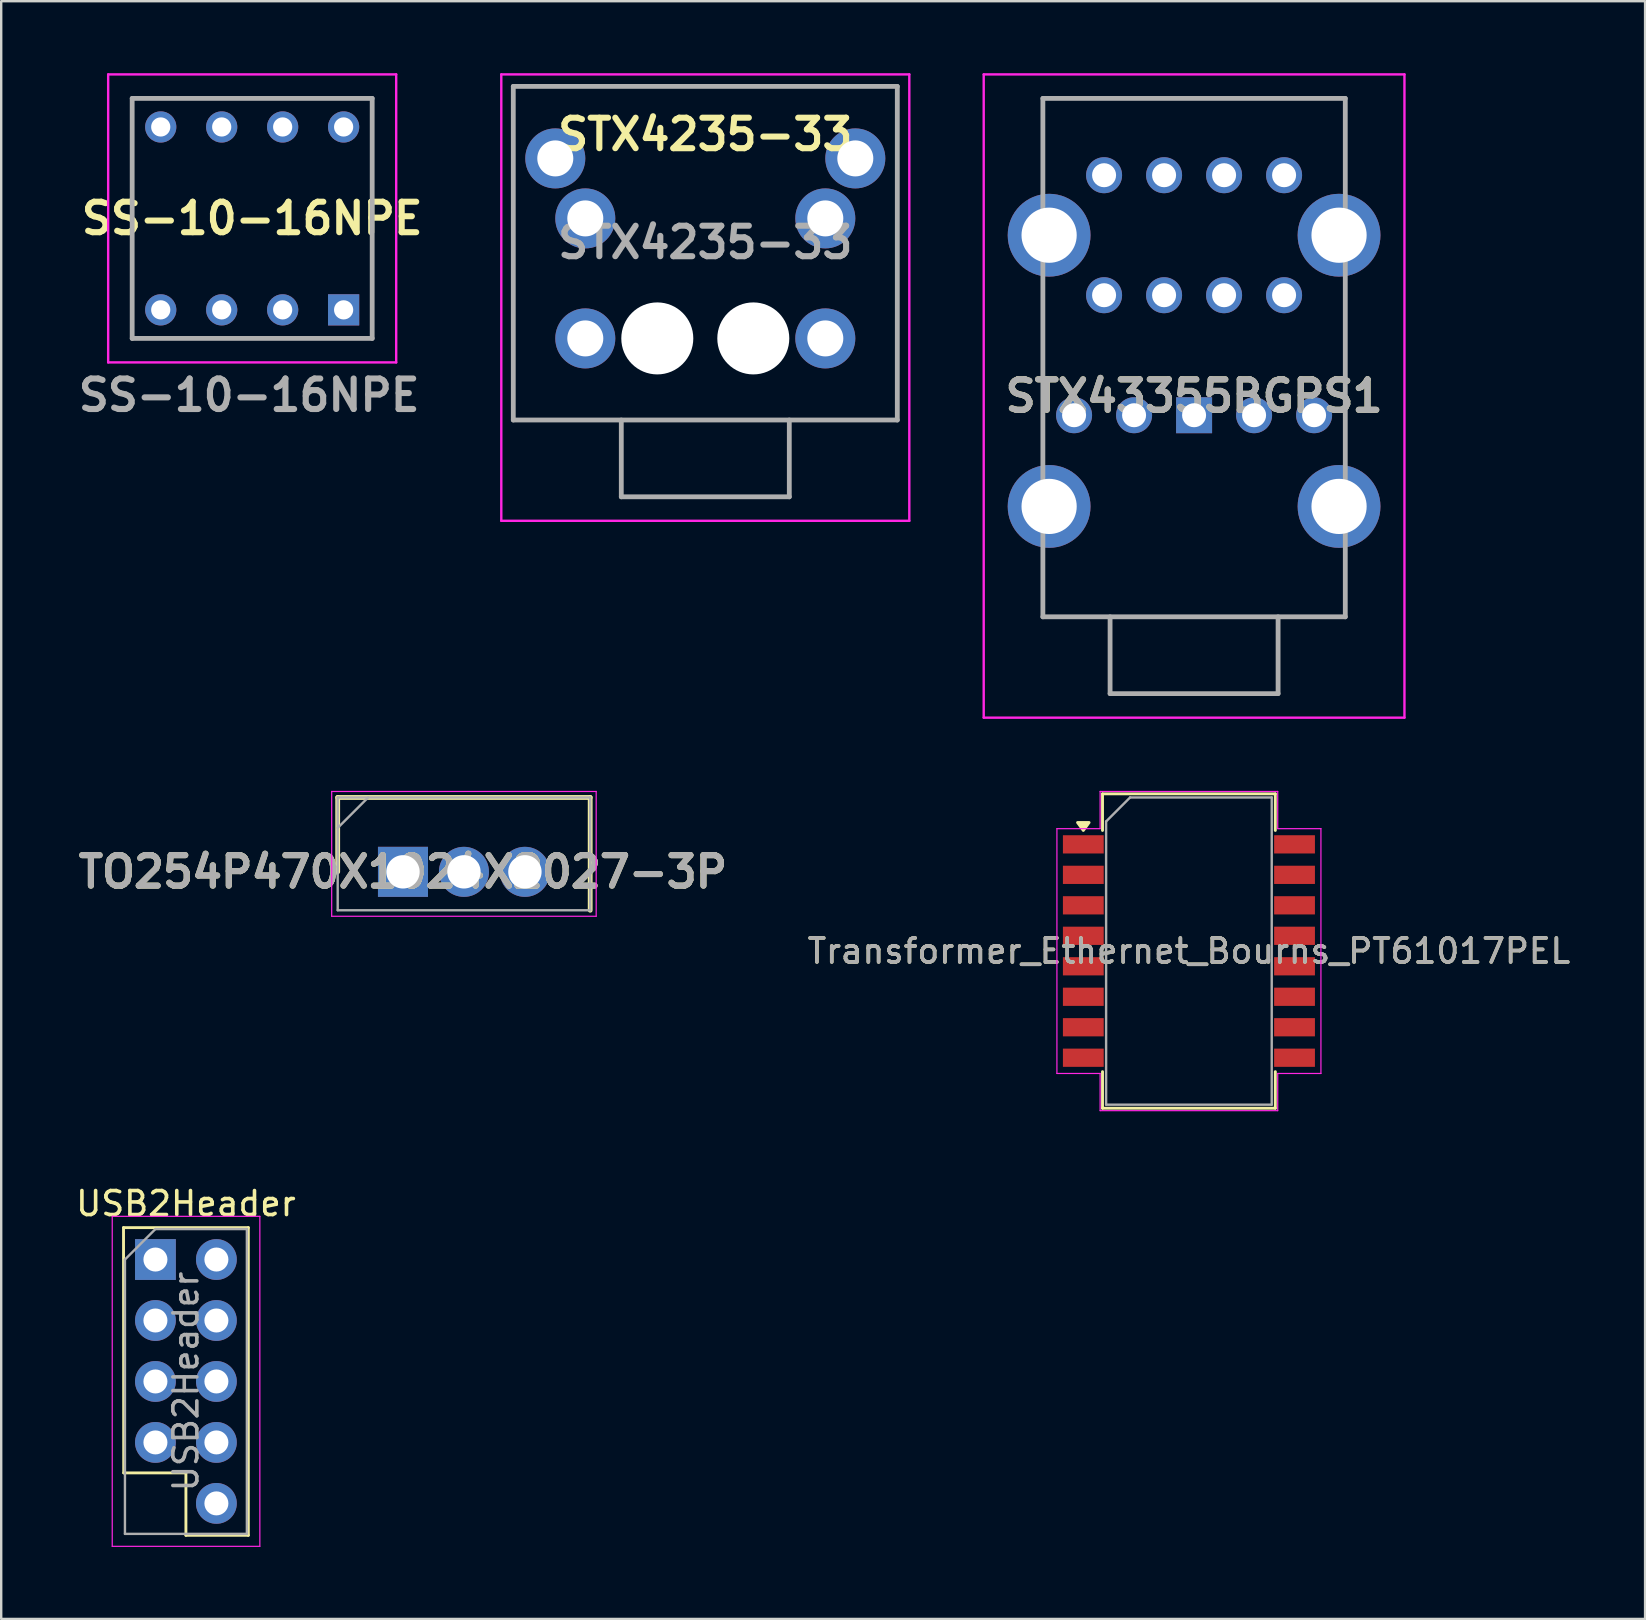
<source format=kicad_pcb>
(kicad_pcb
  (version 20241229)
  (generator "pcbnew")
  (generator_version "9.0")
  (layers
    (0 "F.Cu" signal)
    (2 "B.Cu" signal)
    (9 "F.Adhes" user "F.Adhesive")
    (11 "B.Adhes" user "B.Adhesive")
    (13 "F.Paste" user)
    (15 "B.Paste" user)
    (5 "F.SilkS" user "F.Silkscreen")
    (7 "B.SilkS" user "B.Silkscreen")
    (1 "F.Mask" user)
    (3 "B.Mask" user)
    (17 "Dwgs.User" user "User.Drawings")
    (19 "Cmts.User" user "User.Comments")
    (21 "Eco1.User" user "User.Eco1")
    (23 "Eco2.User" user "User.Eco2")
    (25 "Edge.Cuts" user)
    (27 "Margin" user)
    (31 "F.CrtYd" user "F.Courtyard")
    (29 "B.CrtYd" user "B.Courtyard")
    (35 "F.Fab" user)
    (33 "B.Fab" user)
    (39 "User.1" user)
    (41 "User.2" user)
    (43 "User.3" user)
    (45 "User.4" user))
  (footprint "Transformer_Ethernet_Bourns_PT61017PEL"
    (layer "F.Cu")
    (at 46.486 36.575)
    (property "Reference" "Transformer_Ethernet_Bourns_PT61017PEL" (at 0 0 0) (layer "F.SilkS") (effects (font (size 1 1) (thickness 0.15))))
    (attr smd)
    (fp_line (start -3.6 -6.55) (end 3.6 -6.55) (stroke (width 0.12) (type solid)) (layer "F.SilkS"))
    (fp_line (start -3.6 -5.025) (end -3.6 -6.55) (stroke (width 0.12) (type solid)) (layer "F.SilkS"))
    (fp_line (start -3.6 5.025) (end -3.6 6.55) (stroke (width 0.12) (type solid)) (layer "F.SilkS"))
    (fp_line (start -3.6 6.55) (end 3.6 6.55) (stroke (width 0.12) (type solid)) (layer "F.SilkS"))
    (fp_line (start 3.6 -6.55) (end 3.6 -5.025) (stroke (width 0.12) (type solid)) (layer "F.SilkS"))
    (fp_line (start 3.6 6.55) (end 3.6 5.025) (stroke (width 0.12) (type solid)) (layer "F.SilkS"))
    (fp_poly (pts (xy -4.4 -5.025) (xy -4.64 -5.355) (xy -4.16 -5.355) (xy -4.4 -5.025)) (stroke (width 0.12) (type solid)) (fill yes) (layer "F.SilkS"))
    (fp_line (start -5.5 -5.1) (end -5.5 5.1) (stroke (width 0.05) (type solid)) (layer "F.CrtYd"))
    (fp_line (start -5.5 5.1) (end -3.7 5.1) (stroke (width 0.05) (type solid)) (layer "F.CrtYd"))
    (fp_line (start -3.7 -6.65) (end 3.7 -6.65) (stroke (width 0.05) (type solid)) (layer "F.CrtYd"))
    (fp_line (start -3.7 -5.1) (end -5.5 -5.1) (stroke (width 0.05) (type solid)) (layer "F.CrtYd"))
    (fp_line (start -3.7 -5.1) (end -3.7 -6.65) (stroke (width 0.05) (type solid)) (layer "F.CrtYd"))
    (fp_line (start -3.7 5.1) (end -3.7 6.65) (stroke (width 0.05) (type solid)) (layer "F.CrtYd"))
    (fp_line (start -3.7 6.65) (end 3.7 6.65) (stroke (width 0.05) (type solid)) (layer "F.CrtYd"))
    (fp_line (start 3.7 -5.1) (end 3.7 -6.65) (stroke (width 0.05) (type solid)) (layer "F.CrtYd"))
    (fp_line (start 3.7 5.1) (end 5.5 5.1) (stroke (width 0.05) (type solid)) (layer "F.CrtYd"))
    (fp_line (start 3.7 6.65) (end 3.7 5.1) (stroke (width 0.05) (type solid)) (layer "F.CrtYd"))
    (fp_line (start 5.5 -5.1) (end 3.7 -5.1) (stroke (width 0.05) (type solid)) (layer "F.CrtYd"))
    (fp_line (start 5.5 5.1) (end 5.5 -5.1) (stroke (width 0.05) (type solid)) (layer "F.CrtYd"))
    (fp_line (start -3.45 -5.4) (end -3.45 6.4) (stroke (width 0.1) (type solid)) (layer "F.Fab"))
    (fp_line (start -3.45 6.4) (end 3.45 6.4) (stroke (width 0.1) (type solid)) (layer "F.Fab"))
    (fp_line (start -2.45 -6.4) (end -3.45 -5.4) (stroke (width 0.1) (type solid)) (layer "F.Fab"))
    (fp_line (start 3.45 -6.4) (end -2.45 -6.4) (stroke (width 0.1) (type solid)) (layer "F.Fab"))
    (fp_line (start 3.45 6.4) (end 3.45 -6.4) (stroke (width 0.1) (type solid)) (layer "F.Fab"))
    (fp_text user "${REFERENCE}" (at 0 0 0) (layer "F.Fab") (effects (font (size 1 1) (thickness 0.15))))
    (pad "1" smd rect (at -4.4 -4.445) (size 1.7 0.76) (layers "F.Cu" "F.Mask" "F.Paste"))
    (pad "2" smd rect (at -4.4 -3.175) (size 1.7 0.76) (layers "F.Cu" "F.Mask" "F.Paste"))
    (pad "3" smd rect (at -4.4 -1.905) (size 1.7 0.76) (layers "F.Cu" "F.Mask" "F.Paste"))
    (pad "4" smd rect (at -4.4 -0.635) (size 1.7 0.76) (layers "F.Cu" "F.Mask" "F.Paste"))
    (pad "5" smd rect (at -4.4 0.635) (size 1.7 0.76) (layers "F.Cu" "F.Mask" "F.Paste"))
    (pad "6" smd rect (at -4.4 1.905) (size 1.7 0.76) (layers "F.Cu" "F.Mask" "F.Paste"))
    (pad "7" smd rect (at -4.4 3.175) (size 1.7 0.76) (layers "F.Cu" "F.Mask" "F.Paste"))
    (pad "8" smd rect (at -4.4 4.445) (size 1.7 0.76) (layers "F.Cu" "F.Mask" "F.Paste"))
    (pad "9" smd rect (at 4.4 4.445) (size 1.7 0.76) (layers "F.Cu" "F.Mask" "F.Paste"))
    (pad "10" smd rect (at 4.4 3.175) (size 1.7 0.76) (layers "F.Cu" "F.Mask" "F.Paste"))
    (pad "11" smd rect (at 4.4 1.905) (size 1.7 0.76) (layers "F.Cu" "F.Mask" "F.Paste"))
    (pad "12" smd rect (at 4.4 0.635) (size 1.7 0.76) (layers "F.Cu" "F.Mask" "F.Paste"))
    (pad "13" smd rect (at 4.4 -0.635) (size 1.7 0.76) (layers "F.Cu" "F.Mask" "F.Paste"))
    (pad "14" smd rect (at 4.4 -1.905) (size 1.7 0.76) (layers "F.Cu" "F.Mask" "F.Paste"))
    (pad "15" smd rect (at 4.4 -3.175) (size 1.7 0.76) (layers "F.Cu" "F.Mask" "F.Paste"))
    (pad "16" smd rect (at 4.4 -4.445) (size 1.7 0.76) (layers "F.Cu" "F.Mask" "F.Paste")))
  (footprint "STX4235-33"
    (layer "F.Cu")
    (at 26.336 6.05)
    (property "Reference" "STX4235-33" (at 0 -3.5 180) (layer "F.SilkS") (effects (font (size 1.27 1.27) (thickness 0.254))))
    (attr through_hole)
    (fp_line (start -8 -5.5) (end 8 -5.5) (stroke (width 0.1) (type solid)) (layer "F.SilkS"))
    (fp_line (start -8 1) (end -8 -5.5) (stroke (width 0.1) (type solid)) (layer "F.SilkS"))
    (fp_line (start -8 1) (end -8 8.4) (stroke (width 0.1) (type default)) (layer "F.SilkS"))
    (fp_line (start -8 8.4) (end 8 8.4) (stroke (width 0.1) (type solid)) (layer "F.SilkS"))
    (fp_line (start 8 -5.5) (end 8 0.9) (stroke (width 0.1) (type solid)) (layer "F.SilkS"))
    (fp_line (start 8 0.9) (end 8 8.4) (stroke (width 0.1) (type default)) (layer "F.SilkS"))
    (fp_line (start -8.5 -6) (end 8.5 -6) (stroke (width 0.1) (type solid)) (layer "F.CrtYd"))
    (fp_line (start -8.5 12.6) (end -8.5 -6) (stroke (width 0.1) (type solid)) (layer "F.CrtYd"))
    (fp_line (start 8.5 -6) (end 8.5 12.6) (stroke (width 0.1) (type solid)) (layer "F.CrtYd"))
    (fp_line (start 8.5 12.6) (end -8.5 12.6) (stroke (width 0.1) (type solid)) (layer "F.CrtYd"))
    (fp_line (start -8 -5.5) (end -8 8.4) (stroke (width 0.2) (type solid)) (layer "F.Fab"))
    (fp_line (start -8 8.4) (end 8 8.4) (stroke (width 0.2) (type solid)) (layer "F.Fab"))
    (fp_line (start -3.5 8.4) (end -3.5 11.6) (stroke (width 0.2) (type solid)) (layer "F.Fab"))
    (fp_line (start -3.5 11.6) (end 3.5 11.6) (stroke (width 0.2) (type solid)) (layer "F.Fab"))
    (fp_line (start 3.5 11.6) (end 3.5 8.4) (stroke (width 0.2) (type solid)) (layer "F.Fab"))
    (fp_line (start 8 -5.5) (end -8 -5.5) (stroke (width 0.2) (type solid)) (layer "F.Fab"))
    (fp_line (start 8 8.4) (end 8 -5.5) (stroke (width 0.2) (type solid)) (layer "F.Fab"))
    (fp_text user "${REFERENCE}" (at 0 1 180) (layer "F.Fab") (effects (font (size 1.27 1.27) (thickness 0.254))))
    (pad "" np_thru_hole circle (at -2 5) (size 3 3) (drill 3) (layers "*.Cu" "*.Mask"))
    (pad "" np_thru_hole circle (at 2 5) (size 3 3) (drill 3) (layers "*.Cu" "*.Mask"))
    (pad "1A" thru_hole circle (at 5 5) (size 2.5 2.5) (drill 1.5) (layers "*.Cu" "*.Mask"))
    (pad "1B" thru_hole circle (at -5 5) (size 2.5 2.5) (drill 1.5) (layers "*.Cu" "*.Mask"))
    (pad "2A" thru_hole circle (at 6.25 -2.5) (size 2.5 2.5) (drill 1.5) (layers "*.Cu" "*.Mask"))
    (pad "2B" thru_hole circle (at -5 0) (size 2.5 2.5) (drill 1.5) (layers "*.Cu" "*.Mask"))
    (pad "5A" thru_hole circle (at -6.25 -2.5) (size 2.5 2.5) (drill 1.5) (layers "*.Cu" "*.Mask"))
    (pad "5B" thru_hole circle (at 5 0) (size 2.5 2.5) (drill 1.5) (layers "*.Cu" "*.Mask")))
  (footprint "STX43355BGPS1"
    (layer "F.Cu")
    (at 46.701 14.25)
    (property "Reference" "STX43355BGPS1" (at 0 -0.8 0) (layer "F.SilkS") (effects (font (size 1.27 1.27) (thickness 0.254))))
    (attr through_hole)
    (fp_line (start -6.3 -13.2) (end 6.3 -13.2) (stroke (width 0.1) (type solid)) (layer "F.SilkS"))
    (fp_line (start -6.3 -10.1) (end -6.3 -13.2) (stroke (width 0.1) (type solid)) (layer "F.SilkS"))
    (fp_line (start -6.3 1.4) (end -6.3 -5.1) (stroke (width 0.1) (type solid)) (layer "F.SilkS"))
    (fp_line (start -6.3 5.9) (end -6.3 8.4) (stroke (width 0.1) (type solid)) (layer "F.SilkS"))
    (fp_line (start -6.3 8.4) (end 6.3 8.4) (stroke (width 0.1) (type solid)) (layer "F.SilkS"))
    (fp_line (start 6.3 -13.2) (end 6.3 -10) (stroke (width 0.1) (type solid)) (layer "F.SilkS"))
    (fp_line (start 6.3 -5) (end 6.3 1.4) (stroke (width 0.1) (type solid)) (layer "F.SilkS"))
    (fp_line (start 6.3 8.4) (end 6.3 5.9) (stroke (width 0.1) (type solid)) (layer "F.SilkS"))
    (fp_line (start -8.765 -14.2) (end 8.765 -14.2) (stroke (width 0.1) (type solid)) (layer "F.CrtYd"))
    (fp_line (start -8.765 12.6) (end -8.765 -14.2) (stroke (width 0.1) (type solid)) (layer "F.CrtYd"))
    (fp_line (start 8.765 -14.2) (end 8.765 12.6) (stroke (width 0.1) (type solid)) (layer "F.CrtYd"))
    (fp_line (start 8.765 12.6) (end -8.765 12.6) (stroke (width 0.1) (type solid)) (layer "F.CrtYd"))
    (fp_line (start -6.3 -13.2) (end -6.3 8.4) (stroke (width 0.2) (type solid)) (layer "F.Fab"))
    (fp_line (start -6.3 8.4) (end 6.3 8.4) (stroke (width 0.2) (type solid)) (layer "F.Fab"))
    (fp_line (start -3.5 8.4) (end -3.5 11.6) (stroke (width 0.2) (type solid)) (layer "F.Fab"))
    (fp_line (start -3.5 11.6) (end 3.5 11.6) (stroke (width 0.2) (type solid)) (layer "F.Fab"))
    (fp_line (start 3.5 11.6) (end 3.5 8.4) (stroke (width 0.2) (type solid)) (layer "F.Fab"))
    (fp_line (start 6.3 -13.2) (end -6.3 -13.2) (stroke (width 0.2) (type solid)) (layer "F.Fab"))
    (fp_line (start 6.3 8.4) (end 6.3 -13.2) (stroke (width 0.2) (type solid)) (layer "F.Fab"))
    (fp_text user "${REFERENCE}" (at 0 -0.8 0) (layer "F.Fab") (effects (font (size 1.27 1.27) (thickness 0.254))))
    (pad "1" thru_hole rect (at 0 0) (size 1.5 1.5) (drill 1) (layers "*.Cu" "*.Mask"))
    (pad "2" thru_hole circle (at -5 0) (size 1.5 1.5) (drill 1) (layers "*.Cu" "*.Mask"))
    (pad "3" thru_hole circle (at -2.5 0) (size 1.5 1.5) (drill 1) (layers "*.Cu" "*.Mask"))
    (pad "4" thru_hole circle (at 2.5 0) (size 1.5 1.5) (drill 1) (layers "*.Cu" "*.Mask"))
    (pad "5" thru_hole circle (at 5 0) (size 1.5 1.5) (drill 1) (layers "*.Cu" "*.Mask"))
    (pad "22" thru_hole circle (at -3.75 -5) (size 1.5 1.5) (drill 1) (layers "*.Cu" "*.Mask"))
    (pad "23" thru_hole circle (at -1.25 -5) (size 1.5 1.5) (drill 1) (layers "*.Cu" "*.Mask"))
    (pad "24" thru_hole circle (at 1.25 -5) (size 1.5 1.5) (drill 1) (layers "*.Cu" "*.Mask"))
    (pad "25" thru_hole circle (at 3.75 -5) (size 1.5 1.5) (drill 1) (layers "*.Cu" "*.Mask"))
    (pad "32" thru_hole circle (at -3.75 -10) (size 1.5 1.5) (drill 1) (layers "*.Cu" "*.Mask"))
    (pad "33" thru_hole circle (at -1.25 -10) (size 1.5 1.5) (drill 1) (layers "*.Cu" "*.Mask"))
    (pad "34" thru_hole circle (at 1.25 -10) (size 1.5 1.5) (drill 1) (layers "*.Cu" "*.Mask"))
    (pad "35" thru_hole circle (at 3.75 -10) (size 1.5 1.5) (drill 1) (layers "*.Cu" "*.Mask"))
    (pad "MH1" thru_hole circle (at -6.04 3.8) (size 3.45 3.45) (drill 2.3) (layers "*.Cu" "*.Mask"))
    (pad "MH2" thru_hole circle (at 6.04 3.8) (size 3.45 3.45) (drill 2.3) (layers "*.Cu" "*.Mask"))
    (pad "MH3" thru_hole circle (at 6.04 -7.5) (size 3.45 3.45) (drill 2.3) (layers "*.Cu" "*.Mask"))
    (pad "MH4" thru_hole circle (at -6.04 -7.5) (size 3.45 3.45) (drill 2.3) (layers "*.Cu" "*.Mask")))
  (footprint "SS-10-16NPE"
    (layer "F.Cu")
    (at 11.267 9.86)
    (property "Reference" "SS-10-16NPE" (at -3.81 -3.81 0) (layer "F.SilkS") (effects (font (size 1.27 1.27) (thickness 0.254))))
    (attr through_hole)
    (fp_line (start -8.81 -8.81) (end 1.19 -8.81) (stroke (width 0.1) (type solid)) (layer "F.SilkS"))
    (fp_line (start -8.81 1.19) (end -8.81 -8.81) (stroke (width 0.1) (type solid)) (layer "F.SilkS"))
    (fp_line (start 1.19 -8.81) (end 1.19 1.19) (stroke (width 0.1) (type solid)) (layer "F.SilkS"))
    (fp_line (start 1.19 1.19) (end -8.81 1.19) (stroke (width 0.1) (type solid)) (layer "F.SilkS"))
    (fp_line (start -9.81 -9.81) (end 2.19 -9.81) (stroke (width 0.1) (type solid)) (layer "F.CrtYd"))
    (fp_line (start -9.81 2.19) (end -9.81 -9.81) (stroke (width 0.1) (type solid)) (layer "F.CrtYd"))
    (fp_line (start 2.19 -9.81) (end 2.19 2.19) (stroke (width 0.1) (type solid)) (layer "F.CrtYd"))
    (fp_line (start 2.19 2.19) (end -9.81 2.19) (stroke (width 0.1) (type solid)) (layer "F.CrtYd"))
    (fp_line (start -8.81 -8.81) (end 1.19 -8.81) (stroke (width 0.2) (type solid)) (layer "F.Fab"))
    (fp_line (start -8.81 1.19) (end -8.81 -8.81) (stroke (width 0.2) (type solid)) (layer "F.Fab"))
    (fp_line (start 1.19 -8.81) (end 1.19 1.19) (stroke (width 0.2) (type solid)) (layer "F.Fab"))
    (fp_line (start 1.19 1.19) (end -8.81 1.19) (stroke (width 0.2) (type solid)) (layer "F.Fab"))
    (fp_text user "${REFERENCE}" (at -3.937 3.556 0) (layer "F.Fab") (effects (font (size 1.27 1.27) (thickness 0.254))))
    (pad "1" thru_hole rect (at 0 0) (size 1.3 1.3) (drill 0.8) (layers "*.Cu" "*.Mask"))
    (pad "2" thru_hole circle (at -5.08 0) (size 1.3 1.3) (drill 0.8) (layers "*.Cu" "*.Mask"))
    (pad "3" thru_hole circle (at -7.62 0) (size 1.3 1.3) (drill 0.8) (layers "*.Cu" "*.Mask"))
    (pad "4" thru_hole circle (at 0 -7.62) (size 1.3 1.3) (drill 0.8) (layers "*.Cu" "*.Mask"))
    (pad "5" thru_hole circle (at -2.54 -7.62) (size 1.3 1.3) (drill 0.8) (layers "*.Cu" "*.Mask"))
    (pad "6" thru_hole circle (at -7.62 -7.62) (size 1.3 1.3) (drill 0.8) (layers "*.Cu" "*.Mask"))
    (pad "C1" thru_hole circle (at -2.54 0) (size 1.3 1.3) (drill 0.8) (layers "*.Cu" "*.Mask"))
    (pad "C2" thru_hole circle (at -5.08 -7.62) (size 1.3 1.3) (drill 0.8) (layers "*.Cu" "*.Mask")))
  (footprint "USB2Header"
    (layer "F.Cu")
    (at 3.426 49.428)
    (property "Reference" "USB2Header" (at 1.27 -2.33 0) (layer "F.SilkS") (effects (font (size 1 1) (thickness 0.15))))
    (attr through_hole)
    (fp_line (start -1.33 -1.33) (end -1.321 8.89) (stroke (width 0.12) (type solid)) (layer "F.SilkS"))
    (fp_line (start -1.33 -1.33) (end 3.87 -1.33) (stroke (width 0.12) (type solid)) (layer "F.SilkS"))
    (fp_line (start -1.321 8.89) (end 1.27 8.89) (stroke (width 0.12) (type solid)) (layer "F.SilkS"))
    (fp_line (start 1.27 8.89) (end 1.27 11.49) (stroke (width 0.12) (type solid)) (layer "F.SilkS"))
    (fp_line (start 1.27 11.49) (end 3.87 11.49) (stroke (width 0.12) (type solid)) (layer "F.SilkS"))
    (fp_line (start 3.87 -1.33) (end 3.87 11.49) (stroke (width 0.12) (type solid)) (layer "F.SilkS"))
    (fp_line (start -1.8 -1.8) (end -1.8 11.95) (stroke (width 0.05) (type solid)) (layer "F.CrtYd"))
    (fp_line (start -1.8 11.95) (end 4.35 11.95) (stroke (width 0.05) (type solid)) (layer "F.CrtYd"))
    (fp_line (start 4.35 -1.8) (end -1.8 -1.8) (stroke (width 0.05) (type solid)) (layer "F.CrtYd"))
    (fp_line (start 4.35 11.95) (end 4.35 -1.8) (stroke (width 0.05) (type solid)) (layer "F.CrtYd"))
    (fp_line (start -1.27 0) (end 0 -1.27) (stroke (width 0.1) (type solid)) (layer "F.Fab"))
    (fp_line (start -1.27 11.43) (end -1.27 0) (stroke (width 0.1) (type solid)) (layer "F.Fab"))
    (fp_line (start 0 -1.27) (end 3.81 -1.27) (stroke (width 0.1) (type solid)) (layer "F.Fab"))
    (fp_line (start 3.81 -1.27) (end 3.81 11.43) (stroke (width 0.1) (type solid)) (layer "F.Fab"))
    (fp_line (start 3.81 11.43) (end -1.27 11.43) (stroke (width 0.1) (type solid)) (layer "F.Fab"))
    (fp_text user "${REFERENCE}" (at 1.27 5.08 90) (layer "F.Fab") (effects (font (size 1 1) (thickness 0.15))))
    (pad "1" thru_hole rect (at 0 0) (size 1.7 1.7) (drill 1) (layers "*.Cu" "*.Mask"))
    (pad "2" thru_hole oval (at 2.54 0) (size 1.7 1.7) (drill 1) (layers "*.Cu" "*.Mask"))
    (pad "3" thru_hole oval (at 0 2.54) (size 1.7 1.7) (drill 1) (layers "*.Cu" "*.Mask"))
    (pad "4" thru_hole oval (at 2.54 2.54) (size 1.7 1.7) (drill 1) (layers "*.Cu" "*.Mask"))
    (pad "5" thru_hole oval (at 0 5.08) (size 1.7 1.7) (drill 1) (layers "*.Cu" "*.Mask"))
    (pad "6" thru_hole oval (at 2.54 5.08) (size 1.7 1.7) (drill 1) (layers "*.Cu" "*.Mask"))
    (pad "7" thru_hole oval (at 0 7.62) (size 1.7 1.7) (drill 1) (layers "*.Cu" "*.Mask"))
    (pad "8" thru_hole oval (at 2.54 7.62) (size 1.7 1.7) (drill 1) (layers "*.Cu" "*.Mask"))
    (pad "10" thru_hole oval (at 2.54 10.16) (size 1.7 1.7) (drill 1) (layers "*.Cu" "*.Mask")))
  (footprint "TO254P470X1024X2027-3P"
    (layer "F.Cu")
    (at 13.74 33.275)
    (property "Reference" "TO254P470X1024X2027-3P" (at 0 0 0) (layer "F.SilkS") (effects (font (size 1.27 1.27) (thickness 0.254))))
    (attr through_hole)
    (fp_line (start -2.72 -3.1) (end -2.72 0) (stroke (width 0.2) (type solid)) (layer "F.SilkS"))
    (fp_line (start 7.8 -3.1) (end -2.72 -3.1) (stroke (width 0.2) (type solid)) (layer "F.SilkS"))
    (fp_line (start 7.8 1.6) (end 7.8 -3.1) (stroke (width 0.2) (type solid)) (layer "F.SilkS"))
    (fp_line (start -2.97 -3.35) (end 8.05 -3.35) (stroke (width 0.05) (type solid)) (layer "F.CrtYd"))
    (fp_line (start -2.97 1.85) (end -2.97 -3.35) (stroke (width 0.05) (type solid)) (layer "F.CrtYd"))
    (fp_line (start 8.05 -3.35) (end 8.05 1.85) (stroke (width 0.05) (type solid)) (layer "F.CrtYd"))
    (fp_line (start 8.05 1.85) (end -2.97 1.85) (stroke (width 0.05) (type solid)) (layer "F.CrtYd"))
    (fp_line (start -2.72 -3.1) (end 7.8 -3.1) (stroke (width 0.1) (type solid)) (layer "F.Fab"))
    (fp_line (start -2.72 -1.83) (end -1.45 -3.1) (stroke (width 0.1) (type solid)) (layer "F.Fab"))
    (fp_line (start -2.72 1.6) (end -2.72 -3.1) (stroke (width 0.1) (type solid)) (layer "F.Fab"))
    (fp_line (start 7.8 -3.1) (end 7.8 1.6) (stroke (width 0.1) (type solid)) (layer "F.Fab"))
    (fp_line (start 7.8 1.6) (end -2.72 1.6) (stroke (width 0.1) (type solid)) (layer "F.Fab"))
    (fp_text user "${REFERENCE}" (at 0 0 0) (layer "F.Fab") (effects (font (size 1.27 1.27) (thickness 0.254))))
    (pad "1" thru_hole rect (at 0 0) (size 2.085 2.085) (drill 1.39) (layers "*.Cu" "*.Mask"))
    (pad "2" thru_hole circle (at 2.54 0) (size 2.085 2.085) (drill 1.39) (layers "*.Cu" "*.Mask"))
    (pad "3" thru_hole circle (at 5.08 0) (size 2.085 2.085) (drill 1.39) (layers "*.Cu" "*.Mask")))
  (gr_rect
    (start -3 -3)
    (end 65.492 64.403)
    (stroke (width 0.1) (type default))
    (fill no)
    (layer "Edge.Cuts")))
</source>
